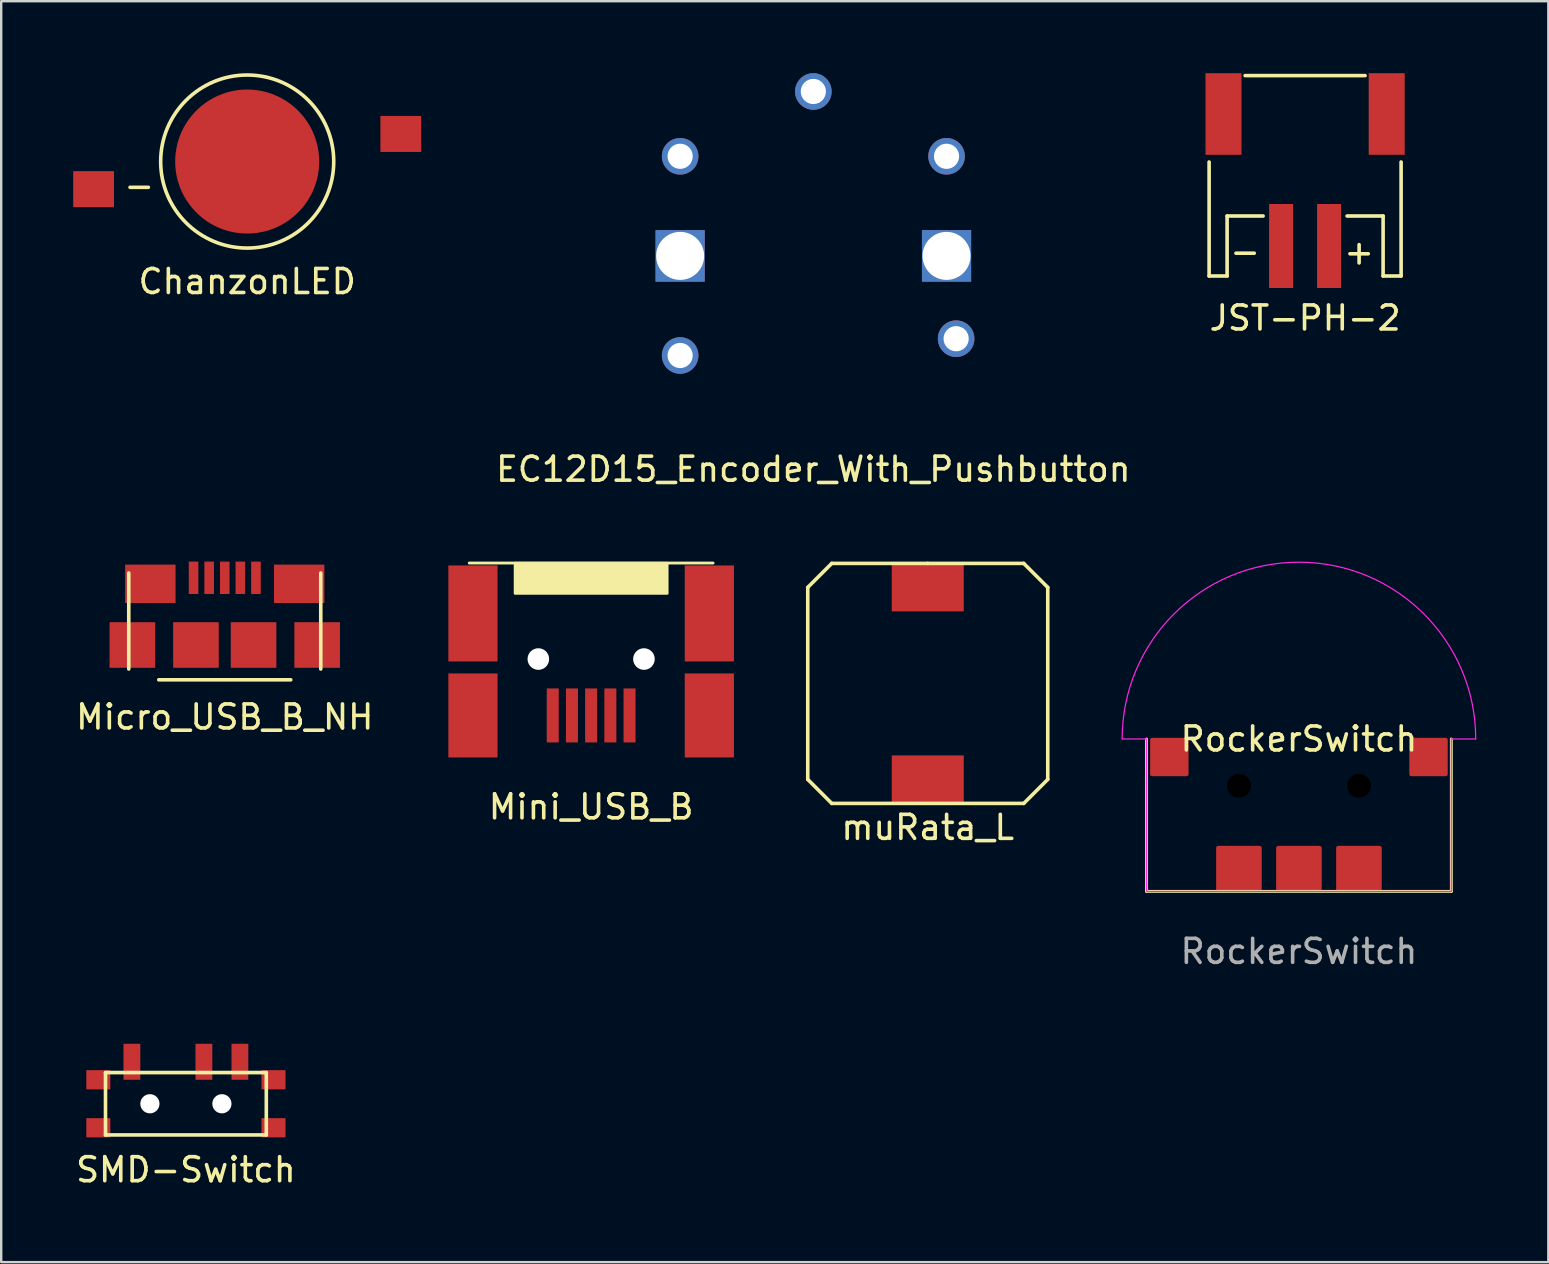
<source format=kicad_pcb>
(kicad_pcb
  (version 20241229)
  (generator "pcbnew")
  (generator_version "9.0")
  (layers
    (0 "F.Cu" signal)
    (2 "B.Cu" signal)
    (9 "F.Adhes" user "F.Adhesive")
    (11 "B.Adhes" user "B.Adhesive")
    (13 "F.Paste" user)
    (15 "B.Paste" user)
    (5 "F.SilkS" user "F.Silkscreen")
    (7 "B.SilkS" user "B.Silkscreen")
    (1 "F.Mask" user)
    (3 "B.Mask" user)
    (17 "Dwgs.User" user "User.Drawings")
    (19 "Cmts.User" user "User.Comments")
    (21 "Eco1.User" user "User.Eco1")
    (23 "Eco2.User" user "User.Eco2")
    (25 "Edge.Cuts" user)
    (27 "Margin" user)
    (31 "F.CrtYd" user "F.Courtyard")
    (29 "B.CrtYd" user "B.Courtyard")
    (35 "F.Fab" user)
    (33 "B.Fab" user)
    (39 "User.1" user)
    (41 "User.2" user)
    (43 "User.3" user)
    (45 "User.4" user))
  (footprint "Micro_USB_B_NH"
    (layer "F.Cu")
    (at 6.315 23.825)
    (property "Reference" "Micro_USB_B_NH" (at 0 3 0) (layer "F.SilkS") (effects (font (size 1 1) (thickness 0.15))))
    (attr through_hole)
    (fp_line (start -4 -3) (end -4 1) (stroke (width 0.15) (type solid)) (layer "F.SilkS"))
    (fp_line (start 2.75 1.45) (end -2.75 1.45) (stroke (width 0.15) (type solid)) (layer "F.SilkS"))
    (fp_line (start 4 -3) (end 4 1) (stroke (width 0.15) (type solid)) (layer "F.SilkS"))
    (pad "" smd rect (at -3.85 0) (size 1.9 1.9) (layers "F.Cu" "F.Mask" "F.Paste"))
    (pad "" smd rect (at -3.1 -2.55) (size 2.1 1.6) (layers "F.Cu" "F.Mask" "F.Paste"))
    (pad "" smd rect (at -1.2 0) (size 1.9 1.9) (layers "F.Cu" "F.Mask" "F.Paste"))
    (pad "" smd rect (at 1.2 0) (size 1.9 1.9) (layers "F.Cu" "F.Mask" "F.Paste"))
    (pad "" smd rect (at 3.1 -2.55) (size 2.1 1.6) (layers "F.Cu" "F.Mask" "F.Paste"))
    (pad "" smd rect (at 3.85 0) (size 1.9 1.9) (layers "F.Cu" "F.Mask" "F.Paste"))
    (pad "1" smd rect (at -1.3 -2.8) (size 0.4 1.35) (layers "F.Cu" "F.Mask" "F.Paste"))
    (pad "2" smd rect (at -0.65 -2.8) (size 0.4 1.35) (layers "F.Cu" "F.Mask" "F.Paste"))
    (pad "3" smd rect (at 0 -2.8) (size 0.4 1.35) (layers "F.Cu" "F.Mask" "F.Paste"))
    (pad "4" smd rect (at 0.65 -2.8) (size 0.4 1.35) (layers "F.Cu" "F.Mask" "F.Paste"))
    (pad "5" smd rect (at 1.3 -2.8) (size 0.4 1.35) (layers "F.Cu" "F.Mask" "F.Paste")))
  (footprint "RockerSwitch"
    (layer "F.Cu")
    (at 51.072 34.091)
    (property "Reference" "RockerSwitch" (at 0 -6.35 0) (unlocked yes) (layer "F.SilkS") (effects (font (size 1 1) (thickness 0.15))))
    (attr smd)
    (fp_line (start -6.35 -6.35) (end -6.35 0) (stroke (width 0.12) (type solid)) (layer "F.SilkS"))
    (fp_line (start -6.35 0) (end 6.35 0) (stroke (width 0.12) (type solid)) (layer "F.SilkS"))
    (fp_line (start 6.35 0) (end 6.35 -6.35) (stroke (width 0.12) (type solid)) (layer "F.SilkS"))
    (fp_line (start -6.35 -6.35) (end -7.366 -6.35) (stroke (width 0.05) (type solid)) (layer "F.CrtYd"))
    (fp_line (start -6.35 -6.35) (end -6.35 0) (stroke (width 0.05) (type solid)) (layer "F.CrtYd"))
    (fp_line (start -6.35 0) (end 6.35 0) (stroke (width 0.05) (type solid)) (layer "F.CrtYd"))
    (fp_line (start 6.35 -6.35) (end 7.366 -6.35) (stroke (width 0.05) (type solid)) (layer "F.CrtYd"))
    (fp_line (start 6.35 0) (end 6.35 -6.35) (stroke (width 0.05) (type solid)) (layer "F.CrtYd"))
    (fp_arc (start -7.366 -6.35) (mid 0 -13.716) (end 7.366 -6.35) (stroke (width 0.05) (type solid)) (layer "F.CrtYd"))
    (fp_text user "${REFERENCE}" (at 0 2.5 0) (unlocked yes) (layer "F.Fab") (effects (font (size 1 1) (thickness 0.15))))
    (pad "" np_thru_hole circle (at -2.5 -4.4) (size 1 1) (drill 1.05) (layers "*.Mask"))
    (pad "" np_thru_hole circle (at 2.5 -4.4) (size 1 1) (drill 1.05) (layers "*.Mask"))
    (pad "" smd roundrect (at 5.4 -5.6) (size 1.6 1.6) (layers "F.Cu" "F.Mask" "F.Paste") (roundrect_rratio 0.05))
    (pad "1" smd roundrect (at -2.5 -0.95) (size 1.9 1.9) (layers "F.Cu" "F.Mask" "F.Paste") (roundrect_rratio 0.05))
    (pad "2" smd roundrect (at 0 -0.95) (size 1.9 1.9) (layers "F.Cu" "F.Mask" "F.Paste") (roundrect_rratio 0.05))
    (pad "3" smd roundrect (at 2.5 -0.95) (size 1.9 1.9) (layers "F.Cu" "F.Mask" "F.Paste") (roundrect_rratio 0.05))
    (pad "4" smd roundrect (at -5.4 -5.6) (size 1.6 1.6) (layers "F.Cu" "F.Mask" "F.Paste") (roundrect_rratio 0.05)))
  (footprint "ChanzonLED"
    (layer "F.Cu")
    (at 7.25 3.681)
    (property "Reference" "ChanzonLED" (at 0 5 0) (layer "F.SilkS") (effects (font (size 1 1) (thickness 0.15))))
    (attr through_hole)
    (fp_circle (center 0 0) (end 3 2) (stroke (width 0.15) (type solid)) (fill no) (layer "F.SilkS"))
    (fp_text user "-" (at -4.5 1 0) (layer "F.SilkS") (effects (font (size 1 1) (thickness 0.15))))
    (pad "" smd circle (at 0 0) (size 6 6) (layers "F.Cu" "F.Mask" "F.Paste"))
    (pad "1" smd rect (at -6.4 1.15) (size 1.7 1.5) (layers "F.Cu" "F.Mask" "F.Paste"))
    (pad "2" smd rect (at 6.4 -1.15) (size 1.7 1.5) (layers "F.Cu" "F.Mask" "F.Paste")))
  (footprint "Mini_USB_B"
    (layer "F.Cu")
    (at 21.581 26.76)
    (property "Reference" "Mini_USB_B" (at 0 3.81 0) (layer "F.SilkS") (effects (font (size 1 1) (thickness 0.15))))
    (attr through_hole)
    (fp_line (start -5.08 -6.35) (end 5.08 -6.35) (stroke (width 0.12) (type solid)) (layer "F.SilkS"))
    (fp_poly (pts (xy -3.175 -6.35) (xy -3.175 -5.08) (xy 3.175 -5.08) (xy 3.175 -6.35)) (stroke (width 0.1) (type solid)) (fill yes) (layer "F.SilkS"))
    (pad "" np_thru_hole circle (at -2.2 -2.35) (size 0.9 0.9) (drill 0.9) (layers "*.Cu" "*.Mask"))
    (pad "" np_thru_hole circle (at 2.2 -2.35) (size 0.9 0.9) (drill 0.9) (layers "*.Cu" "*.Mask"))
    (pad "1" smd rect (at 1.6 0) (size 0.5 2.25) (layers "F.Cu" "F.Mask" "F.Paste"))
    (pad "2" smd rect (at 0.8 0) (size 0.5 2.25) (layers "F.Cu" "F.Mask" "F.Paste"))
    (pad "3" smd rect (at 0 0) (size 0.5 2.25) (layers "F.Cu" "F.Mask" "F.Paste"))
    (pad "4" smd rect (at -0.8 0) (size 0.5 2.25) (layers "F.Cu" "F.Mask" "F.Paste"))
    (pad "5" smd rect (at -1.6 0) (size 0.5 2.25) (layers "F.Cu" "F.Mask" "F.Paste"))
    (pad "6" smd rect (at -4.925 -4.25) (size 2.05 4) (layers "F.Cu" "F.Mask" "F.Paste"))
    (pad "6" smd rect (at -4.925 0) (size 2.05 3.5) (layers "F.Cu" "F.Mask" "F.Paste"))
    (pad "6" smd rect (at 4.925 -4.25) (size 2.05 4) (layers "F.Cu" "F.Mask" "F.Paste"))
    (pad "6" smd rect (at 4.925 0) (size 2.05 3.5) (layers "F.Cu" "F.Mask" "F.Paste")))
  (footprint "SMD-Switch"
    (layer "F.Cu")
    (at 4.696 42.94)
    (property "Reference" "SMD-Switch" (at 0 2.75 0) (layer "F.SilkS") (effects (font (size 1 1) (thickness 0.15))))
    (attr through_hole)
    (fp_line (start -3.35 -1.3) (end 3.35 -1.3) (stroke (width 0.15) (type solid)) (layer "F.SilkS"))
    (fp_line (start -3.35 1.3) (end -3.35 -1.3) (stroke (width 0.15) (type solid)) (layer "F.SilkS"))
    (fp_line (start 3.35 -1.3) (end 3.35 1.3) (stroke (width 0.15) (type solid)) (layer "F.SilkS"))
    (fp_line (start 3.35 1.3) (end -3.35 1.3) (stroke (width 0.15) (type solid)) (layer "F.SilkS"))
    (pad "" smd rect (at -3.65 -1) (size 1 0.8) (layers "F.Cu" "F.Mask" "F.Paste"))
    (pad "" smd rect (at -3.65 1) (size 1 0.8) (layers "F.Cu" "F.Mask" "F.Paste"))
    (pad "" np_thru_hole circle (at -1.5 0) (size 0.8 0.8) (drill 0.8) (layers "*.Cu" "*.Mask"))
    (pad "" np_thru_hole circle (at 1.5 0) (size 0.8 0.8) (drill 0.8) (layers "*.Cu" "*.Mask"))
    (pad "" smd rect (at 3.65 -1) (size 1 0.8) (layers "F.Cu" "F.Mask" "F.Paste"))
    (pad "" smd rect (at 3.65 1) (size 1 0.8) (layers "F.Cu" "F.Mask" "F.Paste"))
    (pad "1" smd rect (at -2.25 -1) (size 0.7 1.5) (drill (offset 0 -0.75)) (layers "F.Cu" "F.Mask" "F.Paste"))
    (pad "2" smd rect (at 0.75 -1) (size 0.7 1.5) (drill (offset 0 -0.75)) (layers "F.Cu" "F.Mask" "F.Paste"))
    (pad "3" smd rect (at 2.25 -1) (size 0.7 1.5) (drill (offset 0 -0.75)) (layers "F.Cu" "F.Mask" "F.Paste")))
  (footprint "EC12D15_Encoder_With_Pushbutton"
    (layer "F.Cu")
    (at 30.839 7.612)
    (property "Reference" "EC12D15_Encoder_With_Pushbutton" (at 0 8.89 0) (layer "F.SilkS") (effects (font (size 1 1) (thickness 0.15))))
    (attr through_hole)
    (pad "" thru_hole rect (at -5.55 0) (size 2.05 2.15) (drill 2) (layers "*.Cu" "*.Mask"))
    (pad "" thru_hole rect (at 5.55 0) (size 2.05 2.15) (drill 2) (layers "*.Cu" "*.Mask"))
    (pad "A" thru_hole circle (at -5.55 -4.15) (size 1.524 1.524) (drill 1.05) (layers "*.Cu" "*.Mask"))
    (pad "B" thru_hole circle (at 5.55 -4.15) (size 1.524 1.524) (drill 1.05) (layers "*.Cu" "*.Mask"))
    (pad "C" thru_hole circle (at -5.55 4.15) (size 1.524 1.524) (drill 1.05) (layers "*.Cu" "*.Mask"))
    (pad "S1" thru_hole circle (at 5.95 3.45) (size 1.524 1.524) (drill 1.05) (layers "*.Cu" "*.Mask"))
    (pad "S2" thru_hole circle (at 0 -6.85) (size 1.524 1.524) (drill 1.05) (layers "*.Cu" "*.Mask")))
  (footprint "muRata_L"
    (layer "F.Cu")
    (at 35.606 25.425)
    (property "Reference" "muRata_L" (at 0 6 0) (layer "F.SilkS") (effects (font (size 1 1) (thickness 0.15))))
    (attr through_hole)
    (fp_line (start -5 -4) (end -4 -5) (stroke (width 0.15) (type solid)) (layer "F.SilkS"))
    (fp_line (start -5 4) (end -5 -4) (stroke (width 0.15) (type solid)) (layer "F.SilkS"))
    (fp_line (start -4 -5) (end 0 -5) (stroke (width 0.15) (type solid)) (layer "F.SilkS"))
    (fp_line (start -4 5) (end -5 4) (stroke (width 0.15) (type solid)) (layer "F.SilkS"))
    (fp_line (start 0 -5) (end 4 -5) (stroke (width 0.15) (type solid)) (layer "F.SilkS"))
    (fp_line (start 4 -5) (end 5 -4) (stroke (width 0.15) (type solid)) (layer "F.SilkS"))
    (fp_line (start 4 5) (end -4 5) (stroke (width 0.15) (type solid)) (layer "F.SilkS"))
    (fp_line (start 5 -4) (end 5 4) (stroke (width 0.15) (type solid)) (layer "F.SilkS"))
    (fp_line (start 5 4) (end 4 5) (stroke (width 0.15) (type solid)) (layer "F.SilkS"))
    (pad "1" smd rect (at 0 4) (size 3 2) (layers "F.Cu" "F.Mask" "F.Paste"))
    (pad "2" smd rect (at 0 -4) (size 3 2) (layers "F.Cu" "F.Mask" "F.Paste")))
  (footprint "JST-PH-2"
    (layer "F.Cu")
    (at 51.329 3.2)
    (property "Reference" "JST-PH-2" (at 0 7 0) (layer "F.SilkS") (effects (font (size 1 1) (thickness 0.15))))
    (attr through_hole)
    (fp_line (start -4 0.5) (end -4 5.25) (stroke (width 0.15) (type solid)) (layer "F.SilkS"))
    (fp_line (start -4 5.25) (end -3.25 5.25) (stroke (width 0.15) (type solid)) (layer "F.SilkS"))
    (fp_line (start -3.25 2.75) (end -1.75 2.75) (stroke (width 0.15) (type solid)) (layer "F.SilkS"))
    (fp_line (start -3.25 5.25) (end -3.25 2.75) (stroke (width 0.15) (type solid)) (layer "F.SilkS"))
    (fp_line (start -2.5 -3.1) (end 2.5 -3.1) (stroke (width 0.15) (type solid)) (layer "F.SilkS"))
    (fp_line (start 3.25 2.75) (end 1.75 2.75) (stroke (width 0.15) (type solid)) (layer "F.SilkS"))
    (fp_line (start 3.25 5.25) (end 3.25 2.75) (stroke (width 0.15) (type solid)) (layer "F.SilkS"))
    (fp_line (start 4 0.5) (end 4 5.25) (stroke (width 0.15) (type solid)) (layer "F.SilkS"))
    (fp_line (start 4 5.25) (end 3.25 5.25) (stroke (width 0.15) (type solid)) (layer "F.SilkS"))
    (fp_text user "_" (at -2.5 3.75 0) (layer "F.SilkS") (effects (font (size 1 1) (thickness 0.15))))
    (fp_text user "+" (at 2.25 4.25 0) (layer "F.SilkS") (effects (font (size 1 1) (thickness 0.15))))
    (pad "" smd rect (at -3.4 -1.5) (size 1.5 3.4) (layers "F.Cu" "F.Mask" "F.Paste"))
    (pad "" smd rect (at 3.4 -1.5) (size 1.5 3.4) (layers "F.Cu" "F.Mask" "F.Paste"))
    (pad "1" smd rect (at -1 4) (size 1 3.5) (layers "F.Cu" "F.Mask" "F.Paste"))
    (pad "2" smd rect (at 1 4) (size 1 3.5) (layers "F.Cu" "F.Mask" "F.Paste")))
  (gr_rect
    (start -3 -3)
    (end 61.463 49.538)
    (stroke (width 0.1) (type default))
    (fill no)
    (layer "Edge.Cuts")))
</source>
